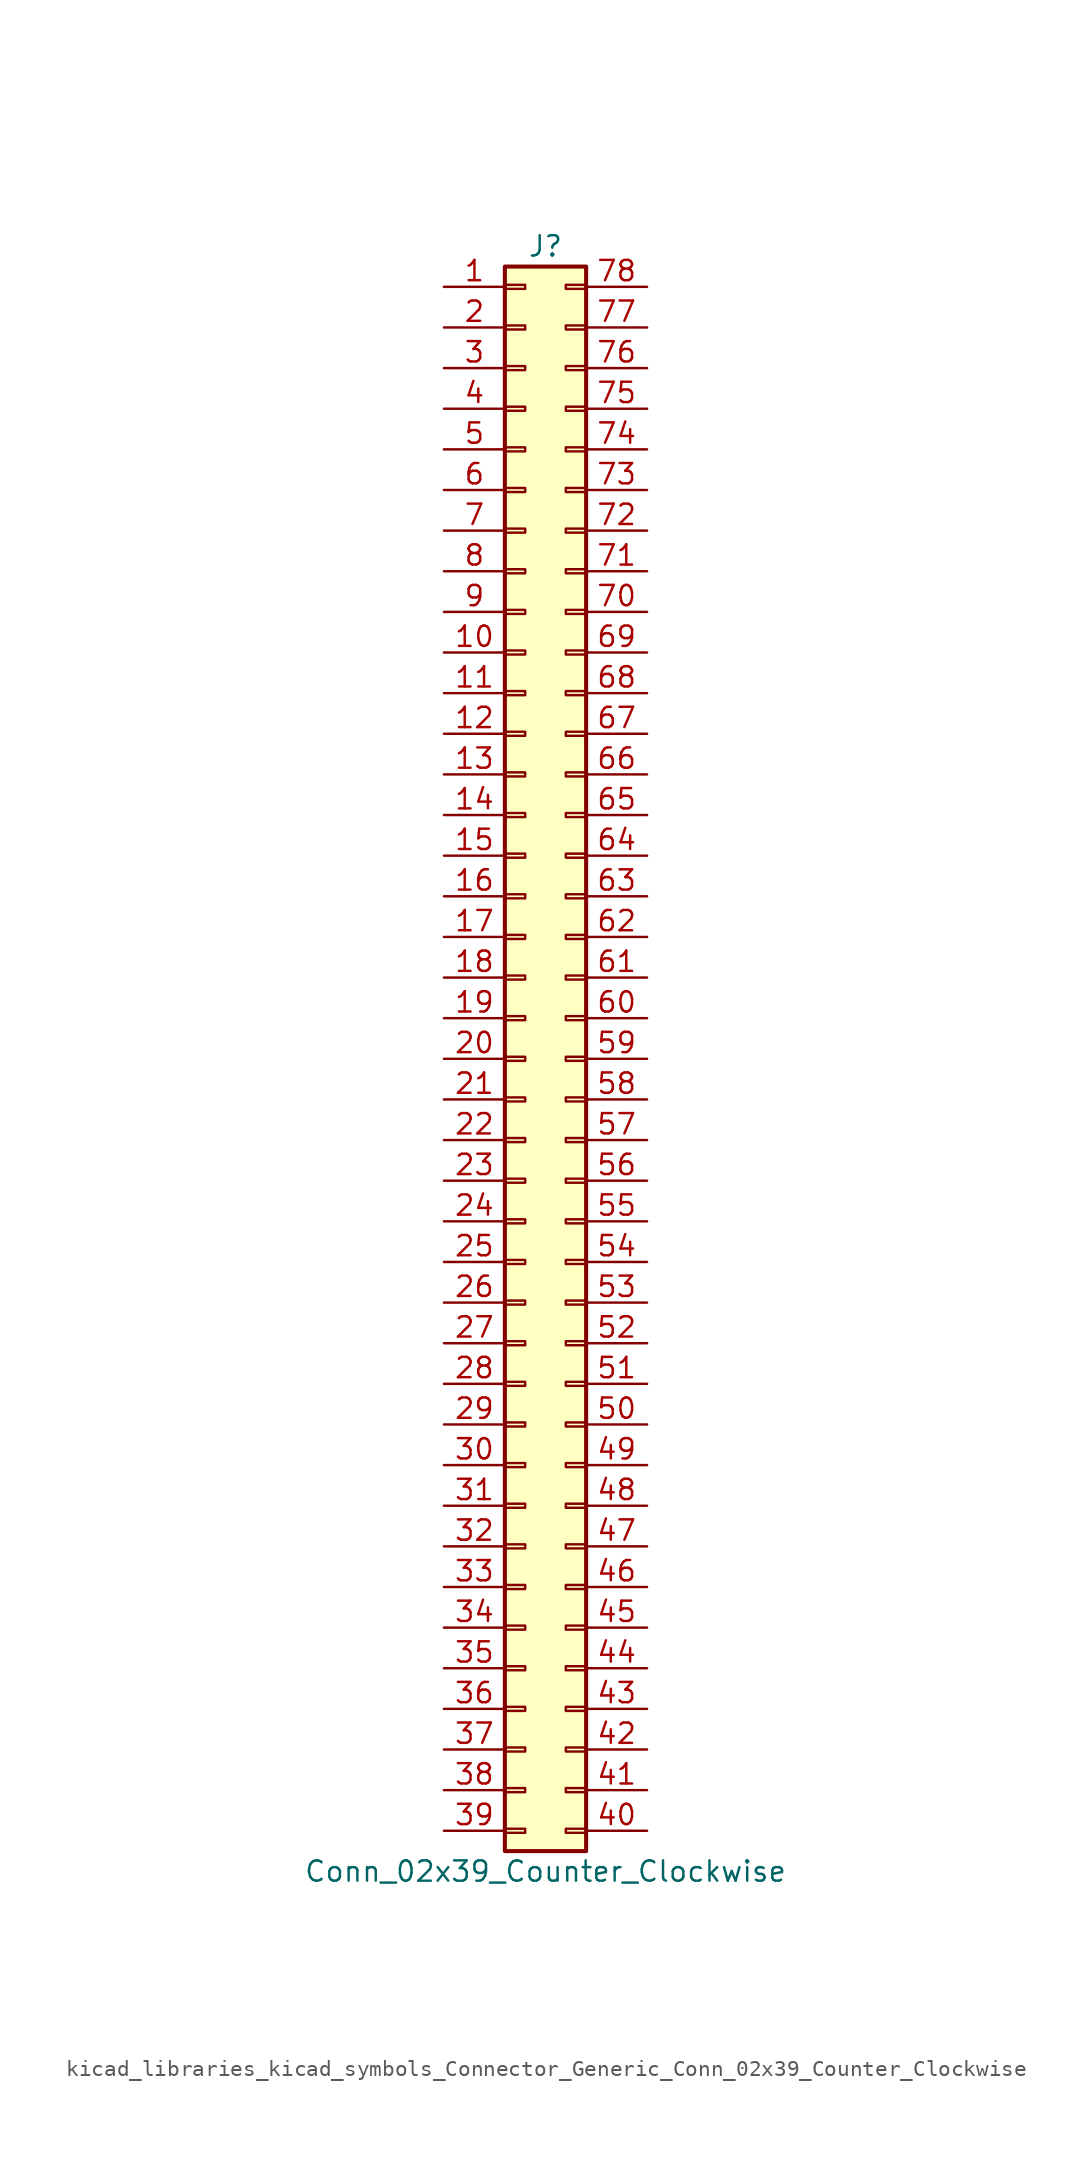
<source format=kicad_sym>
(kicad_symbol_lib
  (version 20220914)
  (generator kicad_symbol_editor)
  (symbol "kicad_libraries_kicad_symbols_Connector_Generic_Conn_02x39_Counter_Clockwise"
    (pin_names
      (offset 1.016) hide)
    (property "Reference" "J"
      (at 1.27 50.8 0)
      (effects (font (size 1.27 1.27))))
    (property "Value" "Conn_02x39_Counter_Clockwise"
      (at 1.27 -50.8 0)
      (effects (font (size 1.27 1.27))))
    (symbol "kicad_libraries_kicad_symbols_Connector_Generic_Conn_02x39_Counter_Clockwise_1_1"
      (rectangle (start -1.27 -48.133) (end 0 -48.387) (stroke (width 0.152) (type default)) (fill (type none)))
      (rectangle (start -1.27 -45.593) (end 0 -45.847) (stroke (width 0.152) (type default)) (fill (type none)))
      (rectangle (start -1.27 -43.053) (end 0 -43.307) (stroke (width 0.152) (type default)) (fill (type none)))
      (rectangle (start -1.27 -40.513) (end 0 -40.767) (stroke (width 0.152) (type default)) (fill (type none)))
      (rectangle (start -1.27 -37.973) (end 0 -38.227) (stroke (width 0.152) (type default)) (fill (type none)))
      (rectangle (start -1.27 -35.433) (end 0 -35.687) (stroke (width 0.152) (type default)) (fill (type none)))
      (rectangle (start -1.27 -32.893) (end 0 -33.147) (stroke (width 0.152) (type default)) (fill (type none)))
      (rectangle (start -1.27 -30.353) (end 0 -30.607) (stroke (width 0.152) (type default)) (fill (type none)))
      (rectangle (start -1.27 -27.813) (end 0 -28.067) (stroke (width 0.152) (type default)) (fill (type none)))
      (rectangle (start -1.27 -25.273) (end 0 -25.527) (stroke (width 0.152) (type default)) (fill (type none)))
      (rectangle (start -1.27 -22.733) (end 0 -22.987) (stroke (width 0.152) (type default)) (fill (type none)))
      (rectangle (start -1.27 -20.193) (end 0 -20.447) (stroke (width 0.152) (type default)) (fill (type none)))
      (rectangle (start -1.27 -17.653) (end 0 -17.907) (stroke (width 0.152) (type default)) (fill (type none)))
      (rectangle (start -1.27 -15.113) (end 0 -15.367) (stroke (width 0.152) (type default)) (fill (type none)))
      (rectangle (start -1.27 -12.573) (end 0 -12.827) (stroke (width 0.152) (type default)) (fill (type none)))
      (rectangle (start -1.27 -10.033) (end 0 -10.287) (stroke (width 0.152) (type default)) (fill (type none)))
      (rectangle (start -1.27 -7.493) (end 0 -7.747) (stroke (width 0.152) (type default)) (fill (type none)))
      (rectangle (start -1.27 -4.953) (end 0 -5.207) (stroke (width 0.152) (type default)) (fill (type none)))
      (rectangle (start -1.27 -2.413) (end 0 -2.667) (stroke (width 0.152) (type default)) (fill (type none)))
      (rectangle (start -1.27 0.127) (end 0 -0.127) (stroke (width 0.152) (type default)) (fill (type none)))
      (rectangle (start -1.27 2.667) (end 0 2.413) (stroke (width 0.152) (type default)) (fill (type none)))
      (rectangle (start -1.27 5.207) (end 0 4.953) (stroke (width 0.152) (type default)) (fill (type none)))
      (rectangle (start -1.27 7.747) (end 0 7.493) (stroke (width 0.152) (type default)) (fill (type none)))
      (rectangle (start -1.27 10.287) (end 0 10.033) (stroke (width 0.152) (type default)) (fill (type none)))
      (rectangle (start -1.27 12.827) (end 0 12.573) (stroke (width 0.152) (type default)) (fill (type none)))
      (rectangle (start -1.27 15.367) (end 0 15.113) (stroke (width 0.152) (type default)) (fill (type none)))
      (rectangle (start -1.27 17.907) (end 0 17.653) (stroke (width 0.152) (type default)) (fill (type none)))
      (rectangle (start -1.27 20.447) (end 0 20.193) (stroke (width 0.152) (type default)) (fill (type none)))
      (rectangle (start -1.27 22.987) (end 0 22.733) (stroke (width 0.152) (type default)) (fill (type none)))
      (rectangle (start -1.27 25.527) (end 0 25.273) (stroke (width 0.152) (type default)) (fill (type none)))
      (rectangle (start -1.27 28.067) (end 0 27.813) (stroke (width 0.152) (type default)) (fill (type none)))
      (rectangle (start -1.27 30.607) (end 0 30.353) (stroke (width 0.152) (type default)) (fill (type none)))
      (rectangle (start -1.27 33.147) (end 0 32.893) (stroke (width 0.152) (type default)) (fill (type none)))
      (rectangle (start -1.27 35.687) (end 0 35.433) (stroke (width 0.152) (type default)) (fill (type none)))
      (rectangle (start -1.27 38.227) (end 0 37.973) (stroke (width 0.152) (type default)) (fill (type none)))
      (rectangle (start -1.27 40.767) (end 0 40.513) (stroke (width 0.152) (type default)) (fill (type none)))
      (rectangle (start -1.27 43.307) (end 0 43.053) (stroke (width 0.152) (type default)) (fill (type none)))
      (rectangle (start -1.27 45.847) (end 0 45.593) (stroke (width 0.152) (type default)) (fill (type none)))
      (rectangle (start -1.27 48.387) (end 0 48.133) (stroke (width 0.152) (type default)) (fill (type none)))
      (rectangle (start -1.27 49.53) (end 3.81 -49.53) (stroke (width 0.254) (type default)) (fill (type background)))
      (rectangle (start 3.81 -48.133) (end 2.54 -48.387) (stroke (width 0.152) (type default)) (fill (type none)))
      (rectangle (start 3.81 -45.593) (end 2.54 -45.847) (stroke (width 0.152) (type default)) (fill (type none)))
      (rectangle (start 3.81 -43.053) (end 2.54 -43.307) (stroke (width 0.152) (type default)) (fill (type none)))
      (rectangle (start 3.81 -40.513) (end 2.54 -40.767) (stroke (width 0.152) (type default)) (fill (type none)))
      (rectangle (start 3.81 -37.973) (end 2.54 -38.227) (stroke (width 0.152) (type default)) (fill (type none)))
      (rectangle (start 3.81 -35.433) (end 2.54 -35.687) (stroke (width 0.152) (type default)) (fill (type none)))
      (rectangle (start 3.81 -32.893) (end 2.54 -33.147) (stroke (width 0.152) (type default)) (fill (type none)))
      (rectangle (start 3.81 -30.353) (end 2.54 -30.607) (stroke (width 0.152) (type default)) (fill (type none)))
      (rectangle (start 3.81 -27.813) (end 2.54 -28.067) (stroke (width 0.152) (type default)) (fill (type none)))
      (rectangle (start 3.81 -25.273) (end 2.54 -25.527) (stroke (width 0.152) (type default)) (fill (type none)))
      (rectangle (start 3.81 -22.733) (end 2.54 -22.987) (stroke (width 0.152) (type default)) (fill (type none)))
      (rectangle (start 3.81 -20.193) (end 2.54 -20.447) (stroke (width 0.152) (type default)) (fill (type none)))
      (rectangle (start 3.81 -17.653) (end 2.54 -17.907) (stroke (width 0.152) (type default)) (fill (type none)))
      (rectangle (start 3.81 -15.113) (end 2.54 -15.367) (stroke (width 0.152) (type default)) (fill (type none)))
      (rectangle (start 3.81 -12.573) (end 2.54 -12.827) (stroke (width 0.152) (type default)) (fill (type none)))
      (rectangle (start 3.81 -10.033) (end 2.54 -10.287) (stroke (width 0.152) (type default)) (fill (type none)))
      (rectangle (start 3.81 -7.493) (end 2.54 -7.747) (stroke (width 0.152) (type default)) (fill (type none)))
      (rectangle (start 3.81 -4.953) (end 2.54 -5.207) (stroke (width 0.152) (type default)) (fill (type none)))
      (rectangle (start 3.81 -2.413) (end 2.54 -2.667) (stroke (width 0.152) (type default)) (fill (type none)))
      (rectangle (start 3.81 0.127) (end 2.54 -0.127) (stroke (width 0.152) (type default)) (fill (type none)))
      (rectangle (start 3.81 2.667) (end 2.54 2.413) (stroke (width 0.152) (type default)) (fill (type none)))
      (rectangle (start 3.81 5.207) (end 2.54 4.953) (stroke (width 0.152) (type default)) (fill (type none)))
      (rectangle (start 3.81 7.747) (end 2.54 7.493) (stroke (width 0.152) (type default)) (fill (type none)))
      (rectangle (start 3.81 10.287) (end 2.54 10.033) (stroke (width 0.152) (type default)) (fill (type none)))
      (rectangle (start 3.81 12.827) (end 2.54 12.573) (stroke (width 0.152) (type default)) (fill (type none)))
      (rectangle (start 3.81 15.367) (end 2.54 15.113) (stroke (width 0.152) (type default)) (fill (type none)))
      (rectangle (start 3.81 17.907) (end 2.54 17.653) (stroke (width 0.152) (type default)) (fill (type none)))
      (rectangle (start 3.81 20.447) (end 2.54 20.193) (stroke (width 0.152) (type default)) (fill (type none)))
      (rectangle (start 3.81 22.987) (end 2.54 22.733) (stroke (width 0.152) (type default)) (fill (type none)))
      (rectangle (start 3.81 25.527) (end 2.54 25.273) (stroke (width 0.152) (type default)) (fill (type none)))
      (rectangle (start 3.81 28.067) (end 2.54 27.813) (stroke (width 0.152) (type default)) (fill (type none)))
      (rectangle (start 3.81 30.607) (end 2.54 30.353) (stroke (width 0.152) (type default)) (fill (type none)))
      (rectangle (start 3.81 33.147) (end 2.54 32.893) (stroke (width 0.152) (type default)) (fill (type none)))
      (rectangle (start 3.81 35.687) (end 2.54 35.433) (stroke (width 0.152) (type default)) (fill (type none)))
      (rectangle (start 3.81 38.227) (end 2.54 37.973) (stroke (width 0.152) (type default)) (fill (type none)))
      (rectangle (start 3.81 40.767) (end 2.54 40.513) (stroke (width 0.152) (type default)) (fill (type none)))
      (rectangle (start 3.81 43.307) (end 2.54 43.053) (stroke (width 0.152) (type default)) (fill (type none)))
      (rectangle (start 3.81 45.847) (end 2.54 45.593) (stroke (width 0.152) (type default)) (fill (type none)))
      (rectangle (start 3.81 48.387) (end 2.54 48.133) (stroke (width 0.152) (type default)) (fill (type none)))
      (pin passive line (at -5.08 48.26 0) (length 3.81) (name "Pin_1" (effects (font (size 1.27 1.27)))) (number "1" (effects (font (size 1.27 1.27)))))
      (pin passive line (at -5.08 25.4 0) (length 3.81) (name "Pin_10" (effects (font (size 1.27 1.27)))) (number "10" (effects (font (size 1.27 1.27)))))
      (pin passive line (at -5.08 22.86 0) (length 3.81) (name "Pin_11" (effects (font (size 1.27 1.27)))) (number "11" (effects (font (size 1.27 1.27)))))
      (pin passive line (at -5.08 20.32 0) (length 3.81) (name "Pin_12" (effects (font (size 1.27 1.27)))) (number "12" (effects (font (size 1.27 1.27)))))
      (pin passive line (at -5.08 17.78 0) (length 3.81) (name "Pin_13" (effects (font (size 1.27 1.27)))) (number "13" (effects (font (size 1.27 1.27)))))
      (pin passive line (at -5.08 15.24 0) (length 3.81) (name "Pin_14" (effects (font (size 1.27 1.27)))) (number "14" (effects (font (size 1.27 1.27)))))
      (pin passive line (at -5.08 12.7 0) (length 3.81) (name "Pin_15" (effects (font (size 1.27 1.27)))) (number "15" (effects (font (size 1.27 1.27)))))
      (pin passive line (at -5.08 10.16 0) (length 3.81) (name "Pin_16" (effects (font (size 1.27 1.27)))) (number "16" (effects (font (size 1.27 1.27)))))
      (pin passive line (at -5.08 7.62 0) (length 3.81) (name "Pin_17" (effects (font (size 1.27 1.27)))) (number "17" (effects (font (size 1.27 1.27)))))
      (pin passive line (at -5.08 5.08 0) (length 3.81) (name "Pin_18" (effects (font (size 1.27 1.27)))) (number "18" (effects (font (size 1.27 1.27)))))
      (pin passive line (at -5.08 2.54 0) (length 3.81) (name "Pin_19" (effects (font (size 1.27 1.27)))) (number "19" (effects (font (size 1.27 1.27)))))
      (pin passive line (at -5.08 45.72 0) (length 3.81) (name "Pin_2" (effects (font (size 1.27 1.27)))) (number "2" (effects (font (size 1.27 1.27)))))
      (pin passive line (at -5.08 0 0) (length 3.81) (name "Pin_20" (effects (font (size 1.27 1.27)))) (number "20" (effects (font (size 1.27 1.27)))))
      (pin passive line (at -5.08 -2.54 0) (length 3.81) (name "Pin_21" (effects (font (size 1.27 1.27)))) (number "21" (effects (font (size 1.27 1.27)))))
      (pin passive line (at -5.08 -5.08 0) (length 3.81) (name "Pin_22" (effects (font (size 1.27 1.27)))) (number "22" (effects (font (size 1.27 1.27)))))
      (pin passive line (at -5.08 -7.62 0) (length 3.81) (name "Pin_23" (effects (font (size 1.27 1.27)))) (number "23" (effects (font (size 1.27 1.27)))))
      (pin passive line (at -5.08 -10.16 0) (length 3.81) (name "Pin_24" (effects (font (size 1.27 1.27)))) (number "24" (effects (font (size 1.27 1.27)))))
      (pin passive line (at -5.08 -12.7 0) (length 3.81) (name "Pin_25" (effects (font (size 1.27 1.27)))) (number "25" (effects (font (size 1.27 1.27)))))
      (pin passive line (at -5.08 -15.24 0) (length 3.81) (name "Pin_26" (effects (font (size 1.27 1.27)))) (number "26" (effects (font (size 1.27 1.27)))))
      (pin passive line (at -5.08 -17.78 0) (length 3.81) (name "Pin_27" (effects (font (size 1.27 1.27)))) (number "27" (effects (font (size 1.27 1.27)))))
      (pin passive line (at -5.08 -20.32 0) (length 3.81) (name "Pin_28" (effects (font (size 1.27 1.27)))) (number "28" (effects (font (size 1.27 1.27)))))
      (pin passive line (at -5.08 -22.86 0) (length 3.81) (name "Pin_29" (effects (font (size 1.27 1.27)))) (number "29" (effects (font (size 1.27 1.27)))))
      (pin passive line (at -5.08 43.18 0) (length 3.81) (name "Pin_3" (effects (font (size 1.27 1.27)))) (number "3" (effects (font (size 1.27 1.27)))))
      (pin passive line (at -5.08 -25.4 0) (length 3.81) (name "Pin_30" (effects (font (size 1.27 1.27)))) (number "30" (effects (font (size 1.27 1.27)))))
      (pin passive line (at -5.08 -27.94 0) (length 3.81) (name "Pin_31" (effects (font (size 1.27 1.27)))) (number "31" (effects (font (size 1.27 1.27)))))
      (pin passive line (at -5.08 -30.48 0) (length 3.81) (name "Pin_32" (effects (font (size 1.27 1.27)))) (number "32" (effects (font (size 1.27 1.27)))))
      (pin passive line (at -5.08 -33.02 0) (length 3.81) (name "Pin_33" (effects (font (size 1.27 1.27)))) (number "33" (effects (font (size 1.27 1.27)))))
      (pin passive line (at -5.08 -35.56 0) (length 3.81) (name "Pin_34" (effects (font (size 1.27 1.27)))) (number "34" (effects (font (size 1.27 1.27)))))
      (pin passive line (at -5.08 -38.1 0) (length 3.81) (name "Pin_35" (effects (font (size 1.27 1.27)))) (number "35" (effects (font (size 1.27 1.27)))))
      (pin passive line (at -5.08 -40.64 0) (length 3.81) (name "Pin_36" (effects (font (size 1.27 1.27)))) (number "36" (effects (font (size 1.27 1.27)))))
      (pin passive line (at -5.08 -43.18 0) (length 3.81) (name "Pin_37" (effects (font (size 1.27 1.27)))) (number "37" (effects (font (size 1.27 1.27)))))
      (pin passive line (at -5.08 -45.72 0) (length 3.81) (name "Pin_38" (effects (font (size 1.27 1.27)))) (number "38" (effects (font (size 1.27 1.27)))))
      (pin passive line (at -5.08 -48.26 0) (length 3.81) (name "Pin_39" (effects (font (size 1.27 1.27)))) (number "39" (effects (font (size 1.27 1.27)))))
      (pin passive line (at -5.08 40.64 0) (length 3.81) (name "Pin_4" (effects (font (size 1.27 1.27)))) (number "4" (effects (font (size 1.27 1.27)))))
      (pin passive line (at 7.62 -48.26 180) (length 3.81) (name "Pin_40" (effects (font (size 1.27 1.27)))) (number "40" (effects (font (size 1.27 1.27)))))
      (pin passive line (at 7.62 -45.72 180) (length 3.81) (name "Pin_41" (effects (font (size 1.27 1.27)))) (number "41" (effects (font (size 1.27 1.27)))))
      (pin passive line (at 7.62 -43.18 180) (length 3.81) (name "Pin_42" (effects (font (size 1.27 1.27)))) (number "42" (effects (font (size 1.27 1.27)))))
      (pin passive line (at 7.62 -40.64 180) (length 3.81) (name "Pin_43" (effects (font (size 1.27 1.27)))) (number "43" (effects (font (size 1.27 1.27)))))
      (pin passive line (at 7.62 -38.1 180) (length 3.81) (name "Pin_44" (effects (font (size 1.27 1.27)))) (number "44" (effects (font (size 1.27 1.27)))))
      (pin passive line (at 7.62 -35.56 180) (length 3.81) (name "Pin_45" (effects (font (size 1.27 1.27)))) (number "45" (effects (font (size 1.27 1.27)))))
      (pin passive line (at 7.62 -33.02 180) (length 3.81) (name "Pin_46" (effects (font (size 1.27 1.27)))) (number "46" (effects (font (size 1.27 1.27)))))
      (pin passive line (at 7.62 -30.48 180) (length 3.81) (name "Pin_47" (effects (font (size 1.27 1.27)))) (number "47" (effects (font (size 1.27 1.27)))))
      (pin passive line (at 7.62 -27.94 180) (length 3.81) (name "Pin_48" (effects (font (size 1.27 1.27)))) (number "48" (effects (font (size 1.27 1.27)))))
      (pin passive line (at 7.62 -25.4 180) (length 3.81) (name "Pin_49" (effects (font (size 1.27 1.27)))) (number "49" (effects (font (size 1.27 1.27)))))
      (pin passive line (at -5.08 38.1 0) (length 3.81) (name "Pin_5" (effects (font (size 1.27 1.27)))) (number "5" (effects (font (size 1.27 1.27)))))
      (pin passive line (at 7.62 -22.86 180) (length 3.81) (name "Pin_50" (effects (font (size 1.27 1.27)))) (number "50" (effects (font (size 1.27 1.27)))))
      (pin passive line (at 7.62 -20.32 180) (length 3.81) (name "Pin_51" (effects (font (size 1.27 1.27)))) (number "51" (effects (font (size 1.27 1.27)))))
      (pin passive line (at 7.62 -17.78 180) (length 3.81) (name "Pin_52" (effects (font (size 1.27 1.27)))) (number "52" (effects (font (size 1.27 1.27)))))
      (pin passive line (at 7.62 -15.24 180) (length 3.81) (name "Pin_53" (effects (font (size 1.27 1.27)))) (number "53" (effects (font (size 1.27 1.27)))))
      (pin passive line (at 7.62 -12.7 180) (length 3.81) (name "Pin_54" (effects (font (size 1.27 1.27)))) (number "54" (effects (font (size 1.27 1.27)))))
      (pin passive line (at 7.62 -10.16 180) (length 3.81) (name "Pin_55" (effects (font (size 1.27 1.27)))) (number "55" (effects (font (size 1.27 1.27)))))
      (pin passive line (at 7.62 -7.62 180) (length 3.81) (name "Pin_56" (effects (font (size 1.27 1.27)))) (number "56" (effects (font (size 1.27 1.27)))))
      (pin passive line (at 7.62 -5.08 180) (length 3.81) (name "Pin_57" (effects (font (size 1.27 1.27)))) (number "57" (effects (font (size 1.27 1.27)))))
      (pin passive line (at 7.62 -2.54 180) (length 3.81) (name "Pin_58" (effects (font (size 1.27 1.27)))) (number "58" (effects (font (size 1.27 1.27)))))
      (pin passive line (at 7.62 0 180) (length 3.81) (name "Pin_59" (effects (font (size 1.27 1.27)))) (number "59" (effects (font (size 1.27 1.27)))))
      (pin passive line (at -5.08 35.56 0) (length 3.81) (name "Pin_6" (effects (font (size 1.27 1.27)))) (number "6" (effects (font (size 1.27 1.27)))))
      (pin passive line (at 7.62 2.54 180) (length 3.81) (name "Pin_60" (effects (font (size 1.27 1.27)))) (number "60" (effects (font (size 1.27 1.27)))))
      (pin passive line (at 7.62 5.08 180) (length 3.81) (name "Pin_61" (effects (font (size 1.27 1.27)))) (number "61" (effects (font (size 1.27 1.27)))))
      (pin passive line (at 7.62 7.62 180) (length 3.81) (name "Pin_62" (effects (font (size 1.27 1.27)))) (number "62" (effects (font (size 1.27 1.27)))))
      (pin passive line (at 7.62 10.16 180) (length 3.81) (name "Pin_63" (effects (font (size 1.27 1.27)))) (number "63" (effects (font (size 1.27 1.27)))))
      (pin passive line (at 7.62 12.7 180) (length 3.81) (name "Pin_64" (effects (font (size 1.27 1.27)))) (number "64" (effects (font (size 1.27 1.27)))))
      (pin passive line (at 7.62 15.24 180) (length 3.81) (name "Pin_65" (effects (font (size 1.27 1.27)))) (number "65" (effects (font (size 1.27 1.27)))))
      (pin passive line (at 7.62 17.78 180) (length 3.81) (name "Pin_66" (effects (font (size 1.27 1.27)))) (number "66" (effects (font (size 1.27 1.27)))))
      (pin passive line (at 7.62 20.32 180) (length 3.81) (name "Pin_67" (effects (font (size 1.27 1.27)))) (number "67" (effects (font (size 1.27 1.27)))))
      (pin passive line (at 7.62 22.86 180) (length 3.81) (name "Pin_68" (effects (font (size 1.27 1.27)))) (number "68" (effects (font (size 1.27 1.27)))))
      (pin passive line (at 7.62 25.4 180) (length 3.81) (name "Pin_69" (effects (font (size 1.27 1.27)))) (number "69" (effects (font (size 1.27 1.27)))))
      (pin passive line (at -5.08 33.02 0) (length 3.81) (name "Pin_7" (effects (font (size 1.27 1.27)))) (number "7" (effects (font (size 1.27 1.27)))))
      (pin passive line (at 7.62 27.94 180) (length 3.81) (name "Pin_70" (effects (font (size 1.27 1.27)))) (number "70" (effects (font (size 1.27 1.27)))))
      (pin passive line (at 7.62 30.48 180) (length 3.81) (name "Pin_71" (effects (font (size 1.27 1.27)))) (number "71" (effects (font (size 1.27 1.27)))))
      (pin passive line (at 7.62 33.02 180) (length 3.81) (name "Pin_72" (effects (font (size 1.27 1.27)))) (number "72" (effects (font (size 1.27 1.27)))))
      (pin passive line (at 7.62 35.56 180) (length 3.81) (name "Pin_73" (effects (font (size 1.27 1.27)))) (number "73" (effects (font (size 1.27 1.27)))))
      (pin passive line (at 7.62 38.1 180) (length 3.81) (name "Pin_74" (effects (font (size 1.27 1.27)))) (number "74" (effects (font (size 1.27 1.27)))))
      (pin passive line (at 7.62 40.64 180) (length 3.81) (name "Pin_75" (effects (font (size 1.27 1.27)))) (number "75" (effects (font (size 1.27 1.27)))))
      (pin passive line (at 7.62 43.18 180) (length 3.81) (name "Pin_76" (effects (font (size 1.27 1.27)))) (number "76" (effects (font (size 1.27 1.27)))))
      (pin passive line (at 7.62 45.72 180) (length 3.81) (name "Pin_77" (effects (font (size 1.27 1.27)))) (number "77" (effects (font (size 1.27 1.27)))))
      (pin passive line (at 7.62 48.26 180) (length 3.81) (name "Pin_78" (effects (font (size 1.27 1.27)))) (number "78" (effects (font (size 1.27 1.27)))))
      (pin passive line (at -5.08 30.48 0) (length 3.81) (name "Pin_8" (effects (font (size 1.27 1.27)))) (number "8" (effects (font (size 1.27 1.27)))))
      (pin passive line (at -5.08 27.94 0) (length 3.81) (name "Pin_9" (effects (font (size 1.27 1.27)))) (number "9" (effects (font (size 1.27 1.27))))))))
</source>
